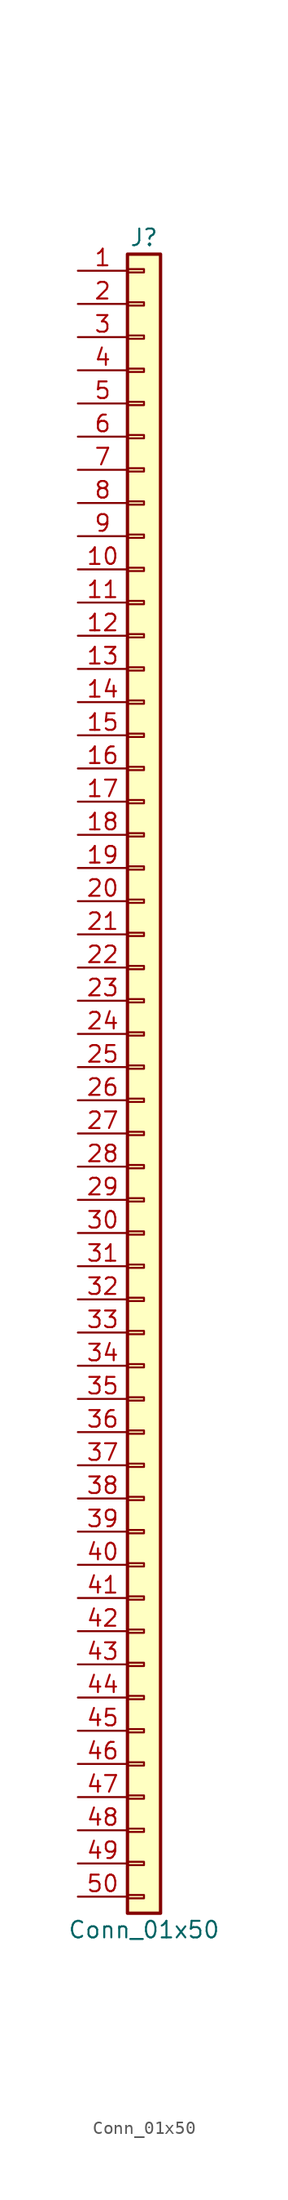
<source format=kicad_sym>
(kicad_symbol_lib
  (version 20211014)
  (generator kicad_symbol_editor)
  (symbol "Conn_01x50"
    (pin_names
      (offset 1.016) hide)
    (property "Reference" "J"
      (at 0 63.5 0)
      (effects (font (size 1.27 1.27))))
    (property "Value" "Conn_01x50"
      (at 0 -66.04 0)
      (effects (font (size 1.27 1.27))))
    (symbol "Conn_01x50_1_1"
      (rectangle (start -1.27 -63.373) (end 0 -63.627) (stroke (width 0.152) (type default) (color 0 0 0 0)) (fill (type none)))
      (rectangle (start -1.27 -60.833) (end 0 -61.087) (stroke (width 0.152) (type default) (color 0 0 0 0)) (fill (type none)))
      (rectangle (start -1.27 -58.293) (end 0 -58.547) (stroke (width 0.152) (type default) (color 0 0 0 0)) (fill (type none)))
      (rectangle (start -1.27 -55.753) (end 0 -56.007) (stroke (width 0.152) (type default) (color 0 0 0 0)) (fill (type none)))
      (rectangle (start -1.27 -53.213) (end 0 -53.467) (stroke (width 0.152) (type default) (color 0 0 0 0)) (fill (type none)))
      (rectangle (start -1.27 -50.673) (end 0 -50.927) (stroke (width 0.152) (type default) (color 0 0 0 0)) (fill (type none)))
      (rectangle (start -1.27 -48.133) (end 0 -48.387) (stroke (width 0.152) (type default) (color 0 0 0 0)) (fill (type none)))
      (rectangle (start -1.27 -45.593) (end 0 -45.847) (stroke (width 0.152) (type default) (color 0 0 0 0)) (fill (type none)))
      (rectangle (start -1.27 -43.053) (end 0 -43.307) (stroke (width 0.152) (type default) (color 0 0 0 0)) (fill (type none)))
      (rectangle (start -1.27 -40.513) (end 0 -40.767) (stroke (width 0.152) (type default) (color 0 0 0 0)) (fill (type none)))
      (rectangle (start -1.27 -37.973) (end 0 -38.227) (stroke (width 0.152) (type default) (color 0 0 0 0)) (fill (type none)))
      (rectangle (start -1.27 -35.433) (end 0 -35.687) (stroke (width 0.152) (type default) (color 0 0 0 0)) (fill (type none)))
      (rectangle (start -1.27 -32.893) (end 0 -33.147) (stroke (width 0.152) (type default) (color 0 0 0 0)) (fill (type none)))
      (rectangle (start -1.27 -30.353) (end 0 -30.607) (stroke (width 0.152) (type default) (color 0 0 0 0)) (fill (type none)))
      (rectangle (start -1.27 -27.813) (end 0 -28.067) (stroke (width 0.152) (type default) (color 0 0 0 0)) (fill (type none)))
      (rectangle (start -1.27 -25.273) (end 0 -25.527) (stroke (width 0.152) (type default) (color 0 0 0 0)) (fill (type none)))
      (rectangle (start -1.27 -22.733) (end 0 -22.987) (stroke (width 0.152) (type default) (color 0 0 0 0)) (fill (type none)))
      (rectangle (start -1.27 -20.193) (end 0 -20.447) (stroke (width 0.152) (type default) (color 0 0 0 0)) (fill (type none)))
      (rectangle (start -1.27 -17.653) (end 0 -17.907) (stroke (width 0.152) (type default) (color 0 0 0 0)) (fill (type none)))
      (rectangle (start -1.27 -15.113) (end 0 -15.367) (stroke (width 0.152) (type default) (color 0 0 0 0)) (fill (type none)))
      (rectangle (start -1.27 -12.573) (end 0 -12.827) (stroke (width 0.152) (type default) (color 0 0 0 0)) (fill (type none)))
      (rectangle (start -1.27 -10.033) (end 0 -10.287) (stroke (width 0.152) (type default) (color 0 0 0 0)) (fill (type none)))
      (rectangle (start -1.27 -7.493) (end 0 -7.747) (stroke (width 0.152) (type default) (color 0 0 0 0)) (fill (type none)))
      (rectangle (start -1.27 -4.953) (end 0 -5.207) (stroke (width 0.152) (type default) (color 0 0 0 0)) (fill (type none)))
      (rectangle (start -1.27 -2.413) (end 0 -2.667) (stroke (width 0.152) (type default) (color 0 0 0 0)) (fill (type none)))
      (rectangle (start -1.27 0.127) (end 0 -0.127) (stroke (width 0.152) (type default) (color 0 0 0 0)) (fill (type none)))
      (rectangle (start -1.27 2.667) (end 0 2.413) (stroke (width 0.152) (type default) (color 0 0 0 0)) (fill (type none)))
      (rectangle (start -1.27 5.207) (end 0 4.953) (stroke (width 0.152) (type default) (color 0 0 0 0)) (fill (type none)))
      (rectangle (start -1.27 7.747) (end 0 7.493) (stroke (width 0.152) (type default) (color 0 0 0 0)) (fill (type none)))
      (rectangle (start -1.27 10.287) (end 0 10.033) (stroke (width 0.152) (type default) (color 0 0 0 0)) (fill (type none)))
      (rectangle (start -1.27 12.827) (end 0 12.573) (stroke (width 0.152) (type default) (color 0 0 0 0)) (fill (type none)))
      (rectangle (start -1.27 15.367) (end 0 15.113) (stroke (width 0.152) (type default) (color 0 0 0 0)) (fill (type none)))
      (rectangle (start -1.27 17.907) (end 0 17.653) (stroke (width 0.152) (type default) (color 0 0 0 0)) (fill (type none)))
      (rectangle (start -1.27 20.447) (end 0 20.193) (stroke (width 0.152) (type default) (color 0 0 0 0)) (fill (type none)))
      (rectangle (start -1.27 22.987) (end 0 22.733) (stroke (width 0.152) (type default) (color 0 0 0 0)) (fill (type none)))
      (rectangle (start -1.27 25.527) (end 0 25.273) (stroke (width 0.152) (type default) (color 0 0 0 0)) (fill (type none)))
      (rectangle (start -1.27 28.067) (end 0 27.813) (stroke (width 0.152) (type default) (color 0 0 0 0)) (fill (type none)))
      (rectangle (start -1.27 30.607) (end 0 30.353) (stroke (width 0.152) (type default) (color 0 0 0 0)) (fill (type none)))
      (rectangle (start -1.27 33.147) (end 0 32.893) (stroke (width 0.152) (type default) (color 0 0 0 0)) (fill (type none)))
      (rectangle (start -1.27 35.687) (end 0 35.433) (stroke (width 0.152) (type default) (color 0 0 0 0)) (fill (type none)))
      (rectangle (start -1.27 38.227) (end 0 37.973) (stroke (width 0.152) (type default) (color 0 0 0 0)) (fill (type none)))
      (rectangle (start -1.27 40.767) (end 0 40.513) (stroke (width 0.152) (type default) (color 0 0 0 0)) (fill (type none)))
      (rectangle (start -1.27 43.307) (end 0 43.053) (stroke (width 0.152) (type default) (color 0 0 0 0)) (fill (type none)))
      (rectangle (start -1.27 45.847) (end 0 45.593) (stroke (width 0.152) (type default) (color 0 0 0 0)) (fill (type none)))
      (rectangle (start -1.27 48.387) (end 0 48.133) (stroke (width 0.152) (type default) (color 0 0 0 0)) (fill (type none)))
      (rectangle (start -1.27 50.927) (end 0 50.673) (stroke (width 0.152) (type default) (color 0 0 0 0)) (fill (type none)))
      (rectangle (start -1.27 53.467) (end 0 53.213) (stroke (width 0.152) (type default) (color 0 0 0 0)) (fill (type none)))
      (rectangle (start -1.27 56.007) (end 0 55.753) (stroke (width 0.152) (type default) (color 0 0 0 0)) (fill (type none)))
      (rectangle (start -1.27 58.547) (end 0 58.293) (stroke (width 0.152) (type default) (color 0 0 0 0)) (fill (type none)))
      (rectangle (start -1.27 61.087) (end 0 60.833) (stroke (width 0.152) (type default) (color 0 0 0 0)) (fill (type none)))
      (rectangle (start -1.27 62.23) (end 1.27 -64.77) (stroke (width 0.254) (type default) (color 0 0 0 0)) (fill (type background)))
      (pin passive line (at -5.08 60.96 0) (length 3.81) (name "Pin_1" (effects (font (size 1.27 1.27)))) (number "1" (effects (font (size 1.27 1.27)))))
      (pin passive line (at -5.08 38.1 0) (length 3.81) (name "Pin_10" (effects (font (size 1.27 1.27)))) (number "10" (effects (font (size 1.27 1.27)))))
      (pin passive line (at -5.08 35.56 0) (length 3.81) (name "Pin_11" (effects (font (size 1.27 1.27)))) (number "11" (effects (font (size 1.27 1.27)))))
      (pin passive line (at -5.08 33.02 0) (length 3.81) (name "Pin_12" (effects (font (size 1.27 1.27)))) (number "12" (effects (font (size 1.27 1.27)))))
      (pin passive line (at -5.08 30.48 0) (length 3.81) (name "Pin_13" (effects (font (size 1.27 1.27)))) (number "13" (effects (font (size 1.27 1.27)))))
      (pin passive line (at -5.08 27.94 0) (length 3.81) (name "Pin_14" (effects (font (size 1.27 1.27)))) (number "14" (effects (font (size 1.27 1.27)))))
      (pin passive line (at -5.08 25.4 0) (length 3.81) (name "Pin_15" (effects (font (size 1.27 1.27)))) (number "15" (effects (font (size 1.27 1.27)))))
      (pin passive line (at -5.08 22.86 0) (length 3.81) (name "Pin_16" (effects (font (size 1.27 1.27)))) (number "16" (effects (font (size 1.27 1.27)))))
      (pin passive line (at -5.08 20.32 0) (length 3.81) (name "Pin_17" (effects (font (size 1.27 1.27)))) (number "17" (effects (font (size 1.27 1.27)))))
      (pin passive line (at -5.08 17.78 0) (length 3.81) (name "Pin_18" (effects (font (size 1.27 1.27)))) (number "18" (effects (font (size 1.27 1.27)))))
      (pin passive line (at -5.08 15.24 0) (length 3.81) (name "Pin_19" (effects (font (size 1.27 1.27)))) (number "19" (effects (font (size 1.27 1.27)))))
      (pin passive line (at -5.08 58.42 0) (length 3.81) (name "Pin_2" (effects (font (size 1.27 1.27)))) (number "2" (effects (font (size 1.27 1.27)))))
      (pin passive line (at -5.08 12.7 0) (length 3.81) (name "Pin_20" (effects (font (size 1.27 1.27)))) (number "20" (effects (font (size 1.27 1.27)))))
      (pin passive line (at -5.08 10.16 0) (length 3.81) (name "Pin_21" (effects (font (size 1.27 1.27)))) (number "21" (effects (font (size 1.27 1.27)))))
      (pin passive line (at -5.08 7.62 0) (length 3.81) (name "Pin_22" (effects (font (size 1.27 1.27)))) (number "22" (effects (font (size 1.27 1.27)))))
      (pin passive line (at -5.08 5.08 0) (length 3.81) (name "Pin_23" (effects (font (size 1.27 1.27)))) (number "23" (effects (font (size 1.27 1.27)))))
      (pin passive line (at -5.08 2.54 0) (length 3.81) (name "Pin_24" (effects (font (size 1.27 1.27)))) (number "24" (effects (font (size 1.27 1.27)))))
      (pin passive line (at -5.08 0 0) (length 3.81) (name "Pin_25" (effects (font (size 1.27 1.27)))) (number "25" (effects (font (size 1.27 1.27)))))
      (pin passive line (at -5.08 -2.54 0) (length 3.81) (name "Pin_26" (effects (font (size 1.27 1.27)))) (number "26" (effects (font (size 1.27 1.27)))))
      (pin passive line (at -5.08 -5.08 0) (length 3.81) (name "Pin_27" (effects (font (size 1.27 1.27)))) (number "27" (effects (font (size 1.27 1.27)))))
      (pin passive line (at -5.08 -7.62 0) (length 3.81) (name "Pin_28" (effects (font (size 1.27 1.27)))) (number "28" (effects (font (size 1.27 1.27)))))
      (pin passive line (at -5.08 -10.16 0) (length 3.81) (name "Pin_29" (effects (font (size 1.27 1.27)))) (number "29" (effects (font (size 1.27 1.27)))))
      (pin passive line (at -5.08 55.88 0) (length 3.81) (name "Pin_3" (effects (font (size 1.27 1.27)))) (number "3" (effects (font (size 1.27 1.27)))))
      (pin passive line (at -5.08 -12.7 0) (length 3.81) (name "Pin_30" (effects (font (size 1.27 1.27)))) (number "30" (effects (font (size 1.27 1.27)))))
      (pin passive line (at -5.08 -15.24 0) (length 3.81) (name "Pin_31" (effects (font (size 1.27 1.27)))) (number "31" (effects (font (size 1.27 1.27)))))
      (pin passive line (at -5.08 -17.78 0) (length 3.81) (name "Pin_32" (effects (font (size 1.27 1.27)))) (number "32" (effects (font (size 1.27 1.27)))))
      (pin passive line (at -5.08 -20.32 0) (length 3.81) (name "Pin_33" (effects (font (size 1.27 1.27)))) (number "33" (effects (font (size 1.27 1.27)))))
      (pin passive line (at -5.08 -22.86 0) (length 3.81) (name "Pin_34" (effects (font (size 1.27 1.27)))) (number "34" (effects (font (size 1.27 1.27)))))
      (pin passive line (at -5.08 -25.4 0) (length 3.81) (name "Pin_35" (effects (font (size 1.27 1.27)))) (number "35" (effects (font (size 1.27 1.27)))))
      (pin passive line (at -5.08 -27.94 0) (length 3.81) (name "Pin_36" (effects (font (size 1.27 1.27)))) (number "36" (effects (font (size 1.27 1.27)))))
      (pin passive line (at -5.08 -30.48 0) (length 3.81) (name "Pin_37" (effects (font (size 1.27 1.27)))) (number "37" (effects (font (size 1.27 1.27)))))
      (pin passive line (at -5.08 -33.02 0) (length 3.81) (name "Pin_38" (effects (font (size 1.27 1.27)))) (number "38" (effects (font (size 1.27 1.27)))))
      (pin passive line (at -5.08 -35.56 0) (length 3.81) (name "Pin_39" (effects (font (size 1.27 1.27)))) (number "39" (effects (font (size 1.27 1.27)))))
      (pin passive line (at -5.08 53.34 0) (length 3.81) (name "Pin_4" (effects (font (size 1.27 1.27)))) (number "4" (effects (font (size 1.27 1.27)))))
      (pin passive line (at -5.08 -38.1 0) (length 3.81) (name "Pin_40" (effects (font (size 1.27 1.27)))) (number "40" (effects (font (size 1.27 1.27)))))
      (pin passive line (at -5.08 -40.64 0) (length 3.81) (name "Pin_41" (effects (font (size 1.27 1.27)))) (number "41" (effects (font (size 1.27 1.27)))))
      (pin passive line (at -5.08 -43.18 0) (length 3.81) (name "Pin_42" (effects (font (size 1.27 1.27)))) (number "42" (effects (font (size 1.27 1.27)))))
      (pin passive line (at -5.08 -45.72 0) (length 3.81) (name "Pin_43" (effects (font (size 1.27 1.27)))) (number "43" (effects (font (size 1.27 1.27)))))
      (pin passive line (at -5.08 -48.26 0) (length 3.81) (name "Pin_44" (effects (font (size 1.27 1.27)))) (number "44" (effects (font (size 1.27 1.27)))))
      (pin passive line (at -5.08 -50.8 0) (length 3.81) (name "Pin_45" (effects (font (size 1.27 1.27)))) (number "45" (effects (font (size 1.27 1.27)))))
      (pin passive line (at -5.08 -53.34 0) (length 3.81) (name "Pin_46" (effects (font (size 1.27 1.27)))) (number "46" (effects (font (size 1.27 1.27)))))
      (pin passive line (at -5.08 -55.88 0) (length 3.81) (name "Pin_47" (effects (font (size 1.27 1.27)))) (number "47" (effects (font (size 1.27 1.27)))))
      (pin passive line (at -5.08 -58.42 0) (length 3.81) (name "Pin_48" (effects (font (size 1.27 1.27)))) (number "48" (effects (font (size 1.27 1.27)))))
      (pin passive line (at -5.08 -60.96 0) (length 3.81) (name "Pin_49" (effects (font (size 1.27 1.27)))) (number "49" (effects (font (size 1.27 1.27)))))
      (pin passive line (at -5.08 50.8 0) (length 3.81) (name "Pin_5" (effects (font (size 1.27 1.27)))) (number "5" (effects (font (size 1.27 1.27)))))
      (pin passive line (at -5.08 -63.5 0) (length 3.81) (name "Pin_50" (effects (font (size 1.27 1.27)))) (number "50" (effects (font (size 1.27 1.27)))))
      (pin passive line (at -5.08 48.26 0) (length 3.81) (name "Pin_6" (effects (font (size 1.27 1.27)))) (number "6" (effects (font (size 1.27 1.27)))))
      (pin passive line (at -5.08 45.72 0) (length 3.81) (name "Pin_7" (effects (font (size 1.27 1.27)))) (number "7" (effects (font (size 1.27 1.27)))))
      (pin passive line (at -5.08 43.18 0) (length 3.81) (name "Pin_8" (effects (font (size 1.27 1.27)))) (number "8" (effects (font (size 1.27 1.27)))))
      (pin passive line (at -5.08 40.64 0) (length 3.81) (name "Pin_9" (effects (font (size 1.27 1.27)))) (number "9" (effects (font (size 1.27 1.27))))))))
</source>
